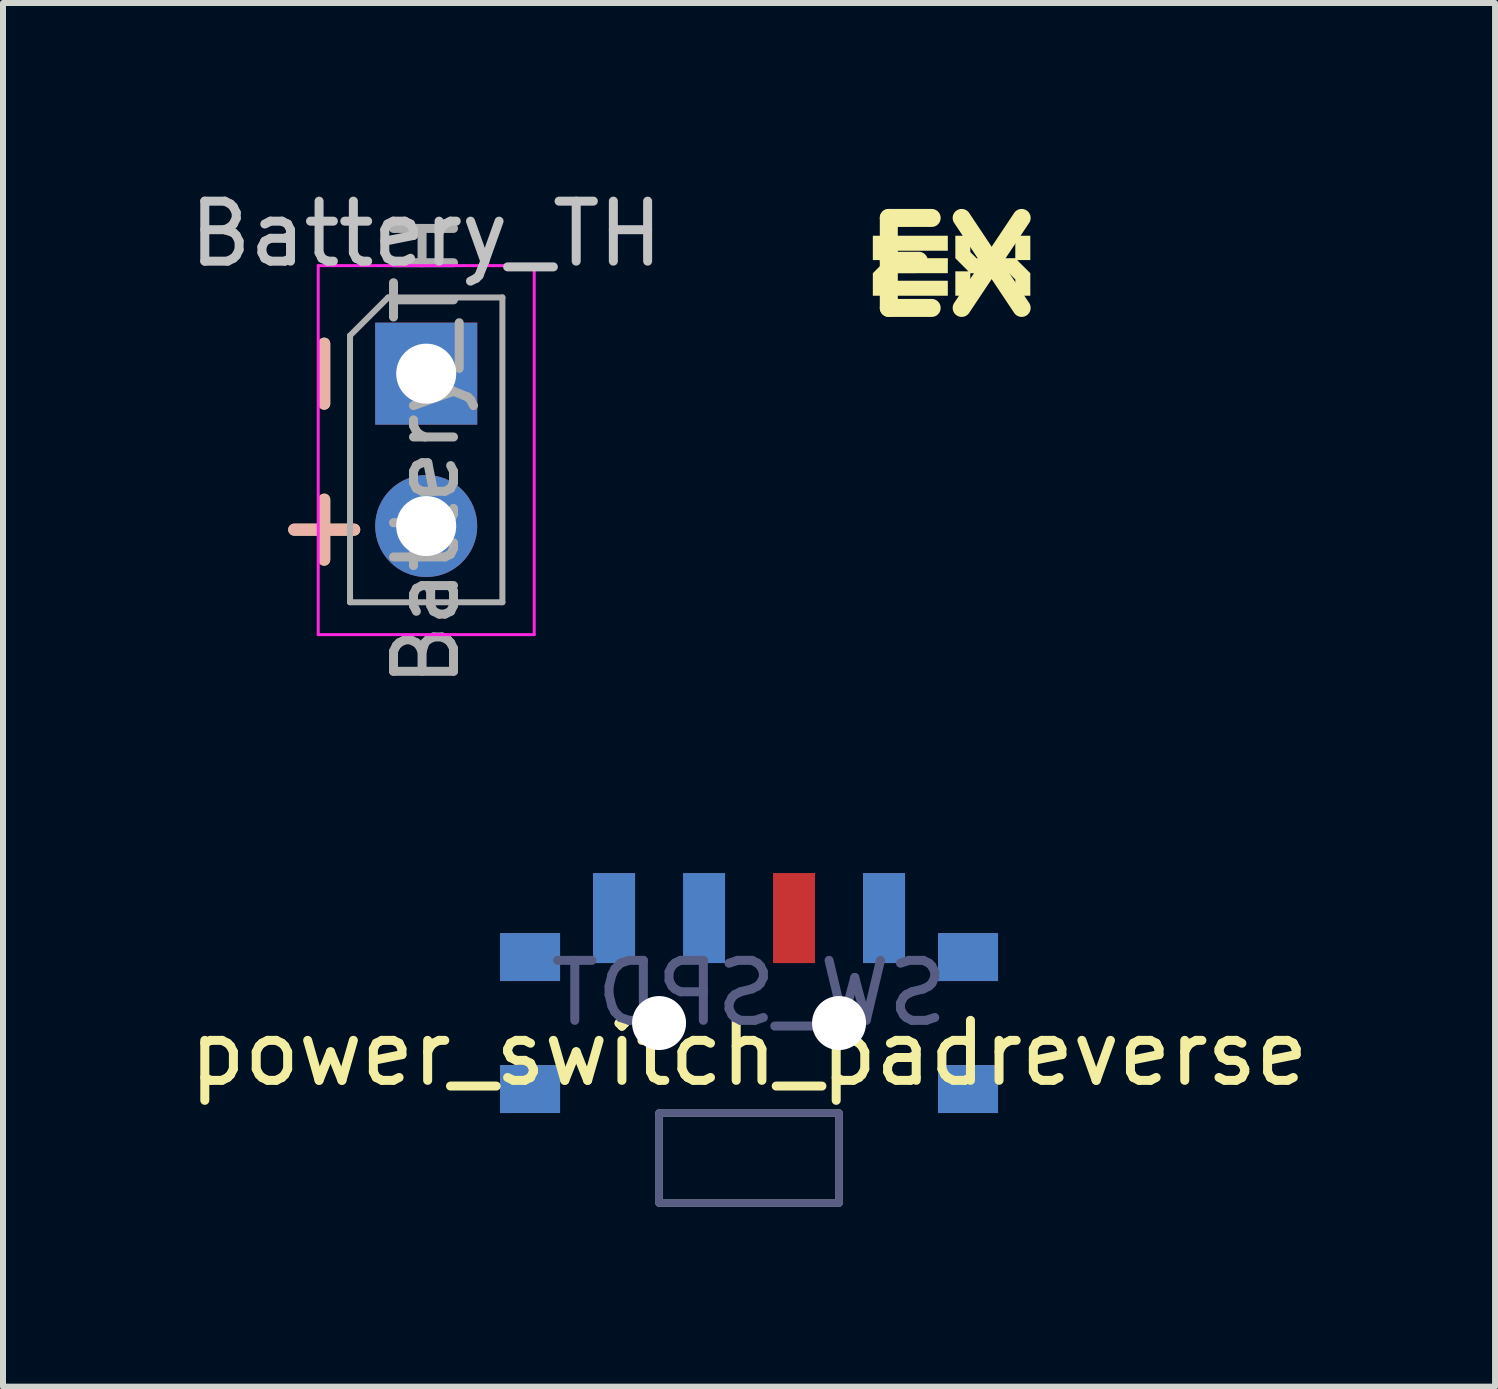
<source format=kicad_pcb>
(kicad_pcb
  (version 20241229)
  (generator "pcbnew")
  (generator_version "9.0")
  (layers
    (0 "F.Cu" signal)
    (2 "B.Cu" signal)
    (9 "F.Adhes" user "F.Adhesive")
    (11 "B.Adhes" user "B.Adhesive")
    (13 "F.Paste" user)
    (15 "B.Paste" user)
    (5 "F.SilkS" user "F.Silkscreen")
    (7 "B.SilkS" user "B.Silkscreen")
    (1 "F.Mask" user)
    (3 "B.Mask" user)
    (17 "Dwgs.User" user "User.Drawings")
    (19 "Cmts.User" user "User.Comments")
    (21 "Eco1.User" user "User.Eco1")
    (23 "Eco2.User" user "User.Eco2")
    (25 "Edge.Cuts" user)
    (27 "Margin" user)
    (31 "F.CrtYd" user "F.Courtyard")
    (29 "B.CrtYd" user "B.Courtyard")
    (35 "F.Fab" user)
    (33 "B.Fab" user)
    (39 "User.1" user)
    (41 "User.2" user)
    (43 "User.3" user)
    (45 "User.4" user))
  (footprint "Battery_TH"
    (layer "F.Cu")
    (at 4.054 3.178)
    (property "Reference" "Battery_TH" (at 0 -2.33 180) (layer "Dwgs.User") (effects (font (size 1 1) (thickness 0.15))))
    (attr through_hole)
    (fp_line (start -2.2 2.6) (end -1.2 2.6) (stroke (width 0.2) (type solid)) (layer "F.SilkS"))
    (fp_line (start -1.7 -0.5) (end -1.7 0.5) (stroke (width 0.2) (type solid)) (layer "F.SilkS"))
    (fp_line (start -1.7 2.1) (end -1.7 3.1) (stroke (width 0.2) (type solid)) (layer "F.SilkS"))
    (fp_line (start -1.7 0.5) (end -1.7 -0.5) (stroke (width 0.2) (type solid)) (layer "B.SilkS"))
    (fp_line (start -1.7 2.1) (end -1.7 3.1) (stroke (width 0.2) (type solid)) (layer "B.SilkS"))
    (fp_line (start -1.2 2.6) (end -2.2 2.6) (stroke (width 0.2) (type solid)) (layer "B.SilkS"))
    (fp_line (start -1.8 -1.8) (end -1.8 4.35) (stroke (width 0.05) (type solid)) (layer "F.CrtYd"))
    (fp_line (start -1.8 4.35) (end 1.8 4.35) (stroke (width 0.05) (type solid)) (layer "F.CrtYd"))
    (fp_line (start 1.8 -1.8) (end -1.8 -1.8) (stroke (width 0.05) (type solid)) (layer "F.CrtYd"))
    (fp_line (start 1.8 4.35) (end 1.8 -1.8) (stroke (width 0.05) (type solid)) (layer "F.CrtYd"))
    (fp_line (start -1.27 -0.635) (end -0.635 -1.27) (stroke (width 0.1) (type solid)) (layer "F.Fab"))
    (fp_line (start -1.27 3.81) (end -1.27 -0.635) (stroke (width 0.1) (type solid)) (layer "F.Fab"))
    (fp_line (start -0.635 -1.27) (end 1.27 -1.27) (stroke (width 0.1) (type solid)) (layer "F.Fab"))
    (fp_line (start 1.27 -1.27) (end 1.27 3.81) (stroke (width 0.1) (type solid)) (layer "F.Fab"))
    (fp_line (start 1.27 3.81) (end -1.27 3.81) (stroke (width 0.1) (type solid)) (layer "F.Fab"))
    (fp_text user "${REFERENCE}" (at 0 1.27 270) (layer "F.Fab") (effects (font (size 1 1) (thickness 0.15))))
    (pad "1" thru_hole rect (at 0 0) (size 1.7 1.7) (drill 1) (layers "*.Cu" "*.Mask"))
    (pad "2" thru_hole oval (at 0 2.54) (size 1.7 1.7) (drill 1) (layers "*.Cu" "*.Mask")))
  (footprint "power_switch_padreverse"
    (layer "F.Cu")
    (at 9.435 14.002)
    (property "Reference" "power_switch_padreverse" (at 0 0.5 180) (layer "F.SilkS") (effects (font (size 1 1) (thickness 0.15))))
    (fp_poly (pts (xy -4.1 -0.75) (xy -4.1 -1.45) (xy -3.2 -1.45) (xy -3.2 -0.75)) (stroke (width 0.1) (type solid)) (fill yes) (layer "F.Mask"))
    (fp_poly (pts (xy -4.1 1.45) (xy -4.1 0.75) (xy -3.2 0.75) (xy -3.2 1.45)) (stroke (width 0.1) (type solid)) (fill yes) (layer "F.Mask"))
    (fp_poly (pts (xy -2.55 -1.05) (xy -2.55 -2.45) (xy -1.95 -2.45) (xy -1.95 -1.05)) (stroke (width 0.1) (type solid)) (fill yes) (layer "F.Mask"))
    (fp_poly (pts (xy 0.45 -1.05) (xy 0.45 -2.45) (xy 1.05 -2.45) (xy 1.05 -1.05)) (stroke (width 0.1) (type solid)) (fill yes) (layer "F.Mask"))
    (fp_poly (pts (xy 1.95 -1.05) (xy 1.95 -2.45) (xy 2.55 -2.45) (xy 2.55 -1.05)) (stroke (width 0.1) (type solid)) (fill yes) (layer "F.Mask"))
    (fp_poly (pts (xy 3.2 -0.75) (xy 3.2 -1.45) (xy 4.1 -1.45) (xy 4.1 -0.75)) (stroke (width 0.1) (type solid)) (fill yes) (layer "F.Mask"))
    (fp_poly (pts (xy 3.2 1.45) (xy 3.2 0.75) (xy 4.1 0.75) (xy 4.1 1.45)) (stroke (width 0.1) (type solid)) (fill yes) (layer "F.Mask"))
    (fp_poly (pts (xy -3.2 -0.75) (xy -3.2 -1.45) (xy -4.1 -1.45) (xy -4.1 -0.75)) (stroke (width 0.1) (type solid)) (fill yes) (layer "B.Mask"))
    (fp_poly (pts (xy -3.2 1.45) (xy -3.2 0.75) (xy -4.1 0.75) (xy -4.1 1.45)) (stroke (width 0.1) (type solid)) (fill yes) (layer "B.Mask"))
    (fp_poly (pts (xy -1.95 -1.05) (xy -1.95 -2.45) (xy -2.55 -2.45) (xy -2.55 -1.05)) (stroke (width 0.1) (type solid)) (fill yes) (layer "B.Mask"))
    (fp_poly (pts (xy -0.45 -1.05) (xy -0.45 -2.45) (xy -1.05 -2.45) (xy -1.05 -1.05)) (stroke (width 0.1) (type solid)) (fill yes) (layer "B.Mask"))
    (fp_poly (pts (xy 2.55 -1.05) (xy 2.55 -2.45) (xy 1.95 -2.45) (xy 1.95 -1.05)) (stroke (width 0.1) (type solid)) (fill yes) (layer "B.Mask"))
    (fp_poly (pts (xy 4.1 -0.75) (xy 4.1 -1.45) (xy 3.2 -1.45) (xy 3.2 -0.75)) (stroke (width 0.1) (type solid)) (fill yes) (layer "B.Mask"))
    (fp_poly (pts (xy 4.1 1.45) (xy 4.1 0.75) (xy 3.2 0.75) (xy 3.2 1.45)) (stroke (width 0.1) (type solid)) (fill yes) (layer "B.Mask"))
    (fp_line (start -1.5 1.5) (end 1.5 1.5) (stroke (width 0.12) (type solid)) (layer "B.Fab"))
    (fp_line (start -1.5 3) (end -1.5 1.5) (stroke (width 0.12) (type solid)) (layer "B.Fab"))
    (fp_line (start 1.5 1.5) (end 1.5 3) (stroke (width 0.12) (type solid)) (layer "B.Fab"))
    (fp_line (start 1.5 3) (end -1.5 3) (stroke (width 0.12) (type solid)) (layer "B.Fab"))
    (fp_line (start -1.5 1.5) (end -1.5 3) (stroke (width 0.12) (type solid)) (layer "F.Fab"))
    (fp_line (start -1.5 3) (end 1.5 3) (stroke (width 0.12) (type solid)) (layer "F.Fab"))
    (fp_line (start 1.5 1.5) (end -1.5 1.5) (stroke (width 0.12) (type solid)) (layer "F.Fab"))
    (fp_line (start 1.5 3) (end 1.5 1.5) (stroke (width 0.12) (type solid)) (layer "F.Fab"))
    (fp_text user "SW_SPDT" (at 0 -0.5 180) (layer "B.Fab") (effects (font (size 1 1) (thickness 0.15)) (justify mirror)))
    (pad "" smd rect (at -3.65 -1.1) (size 1 0.8) (layers "F.Cu"))
    (pad "" smd rect (at -3.65 -1.1 180) (size 1 0.8) (layers "B.Cu"))
    (pad "" smd rect (at -3.65 1.1) (size 1 0.8) (layers "F.Cu"))
    (pad "" smd rect (at -3.65 1.1 180) (size 1 0.8) (layers "B.Cu"))
    (pad "" np_thru_hole circle (at -1.5 0 180) (size 0.9 0.9) (drill 0.9) (layers "*.Cu" "*.Mask"))
    (pad "" np_thru_hole circle (at 1.5 0 180) (size 0.9 0.9) (drill 0.9) (layers "*.Cu" "*.Mask"))
    (pad "" smd rect (at 3.65 -1.1) (size 1 0.8) (layers "F.Cu"))
    (pad "" smd rect (at 3.65 -1.1 180) (size 1 0.8) (layers "B.Cu"))
    (pad "" smd rect (at 3.65 1.1) (size 1 0.8) (layers "F.Cu"))
    (pad "" smd rect (at 3.65 1.1 180) (size 1 0.8) (layers "B.Cu"))
    (pad "1" smd rect (at -2.25 -1.75) (size 0.7 1.5) (layers "F.Cu"))
    (pad "1" smd rect (at -2.25 -1.75 180) (size 0.7 1.5) (layers "B.Cu"))
    (pad "2" smd rect (at -0.75 -1.75 180) (size 0.7 1.5) (layers "B.Cu"))
    (pad "2" smd rect (at 0.75 -1.75) (size 0.7 1.5) (layers "F.Cu"))
    (pad "3" smd rect (at 2.25 -1.75) (size 0.7 1.5) (layers "F.Cu"))
    (pad "3" smd rect (at 2.25 -1.75 180) (size 0.7 1.5) (layers "B.Cu")))
  (footprint "EX"
    (layer "F.Cu")
    (at 12.8 1.404)
    (property "Reference" "EX" (at 0 0 0) (layer "F.SilkS") (effects (font (size 1.5 1.5) (thickness 0.3))))
    (attr board_only exclude_from_pos_files exclude_from_bom)
    (fp_poly (pts (xy -0.052 -0.4) (xy -0.052 -0.275) (xy -0.552 -0.275) (xy -1.052 -0.275) (xy -1.052 -0.212) (xy -1.052 -0.15) (xy -0.552 -0.15) (xy -0.051 -0.15) (xy -0.052 -0.025) (xy -0.052 0.1) (xy -0.501 0.1) (xy -0.949 0.101) (xy -1 0.152) (xy -1.052 0.203) (xy -1.052 0.214) (xy -1.052 0.225) (xy -0.552 0.225) (xy -0.052 0.225) (xy -0.052 0.35) (xy -0.052 0.475) (xy -0.677 0.475) (xy -1.302 0.475) (xy -1.302 0.287) (xy -1.302 0.1) (xy -1.193 -0.009) (xy -1.179 -0.023) (xy -1.166 -0.036) (xy -1.153 -0.048) (xy -1.141 -0.06) (xy -1.13 -0.072) (xy -1.12 -0.082) (xy -1.111 -0.091) (xy -1.103 -0.099) (xy -1.096 -0.106) (xy -1.091 -0.111) (xy -1.087 -0.115) (xy -1.085 -0.118) (xy -1.084 -0.118) (xy -1.085 -0.119) (xy -1.089 -0.119) (xy -1.095 -0.119) (xy -1.102 -0.119) (xy -1.112 -0.119) (xy -1.123 -0.119) (xy -1.135 -0.119) (xy -1.149 -0.119) (xy -1.164 -0.119) (xy -1.18 -0.119) (xy -1.193 -0.119) (xy -1.302 -0.119) (xy -1.302 -0.322) (xy -1.302 -0.525) (xy -0.677 -0.525) (xy -0.052 -0.525)) (stroke (width 0) (type solid)) (fill yes) (layer "F.SilkS"))
    (fp_poly (pts (xy 0.323 -0.389) (xy 0.323 -0.253) (xy 0.375 -0.201) (xy 0.427 -0.149) (xy 0.749 -0.15) (xy 1.072 -0.15) (xy 1.073 -0.338) (xy 1.073 -0.525) (xy 1.198 -0.525) (xy 1.323 -0.525) (xy 1.323 -0.322) (xy 1.323 -0.119) (xy 1.214 -0.119) (xy 1.197 -0.119) (xy 1.182 -0.119) (xy 1.167 -0.119) (xy 1.153 -0.119) (xy 1.141 -0.119) (xy 1.13 -0.119) (xy 1.121 -0.119) (xy 1.114 -0.119) (xy 1.108 -0.119) (xy 1.105 -0.119) (xy 1.104 -0.118) (xy 1.105 -0.117) (xy 1.108 -0.115) (xy 1.112 -0.111) (xy 1.117 -0.105) (xy 1.124 -0.098) (xy 1.133 -0.09) (xy 1.142 -0.08) (xy 1.152 -0.07) (xy 1.163 -0.059) (xy 1.176 -0.047) (xy 1.188 -0.034) (xy 1.202 -0.021) (xy 1.214 -0.009) (xy 1.323 0.1) (xy 1.323 0.287) (xy 1.323 0.475) (xy 1.198 0.475) (xy 1.073 0.475) (xy 1.073 0.34) (xy 1.073 0.204) (xy 1.021 0.152) (xy 0.969 0.101) (xy 0.646 0.101) (xy 0.323 0.101) (xy 0.323 0.288) (xy 0.323 0.475) (xy 0.198 0.475) (xy 0.073 0.475) (xy 0.073 0.272) (xy 0.073 0.069) (xy 0.182 0.069) (xy 0.198 0.069) (xy 0.213 0.069) (xy 0.228 0.069) (xy 0.242 0.069) (xy 0.254 0.069) (xy 0.265 0.069) (xy 0.274 0.069) (xy 0.281 0.069) (xy 0.286 0.068) (xy 0.289 0.068) (xy 0.29 0.068) (xy 0.289 0.067) (xy 0.287 0.065) (xy 0.283 0.06) (xy 0.277 0.055) (xy 0.27 0.048) (xy 0.262 0.039) (xy 0.253 0.03) (xy 0.242 0.02) (xy 0.231 0.008) (xy 0.219 -0.004) (xy 0.206 -0.016) (xy 0.193 -0.03) (xy 0.182 -0.041) (xy 0.073 -0.15) (xy 0.073 -0.338) (xy 0.073 -0.525) (xy 0.198 -0.525) (xy 0.323 -0.525)) (stroke (width 0) (type solid)) (fill yes) (layer "F.SilkS")))
  (gr_rect
    (start -3 -3)
    (end 21.869 20.062)
    (stroke (width 0.1) (type default))
    (fill no)
    (layer "Edge.Cuts")))
</source>
